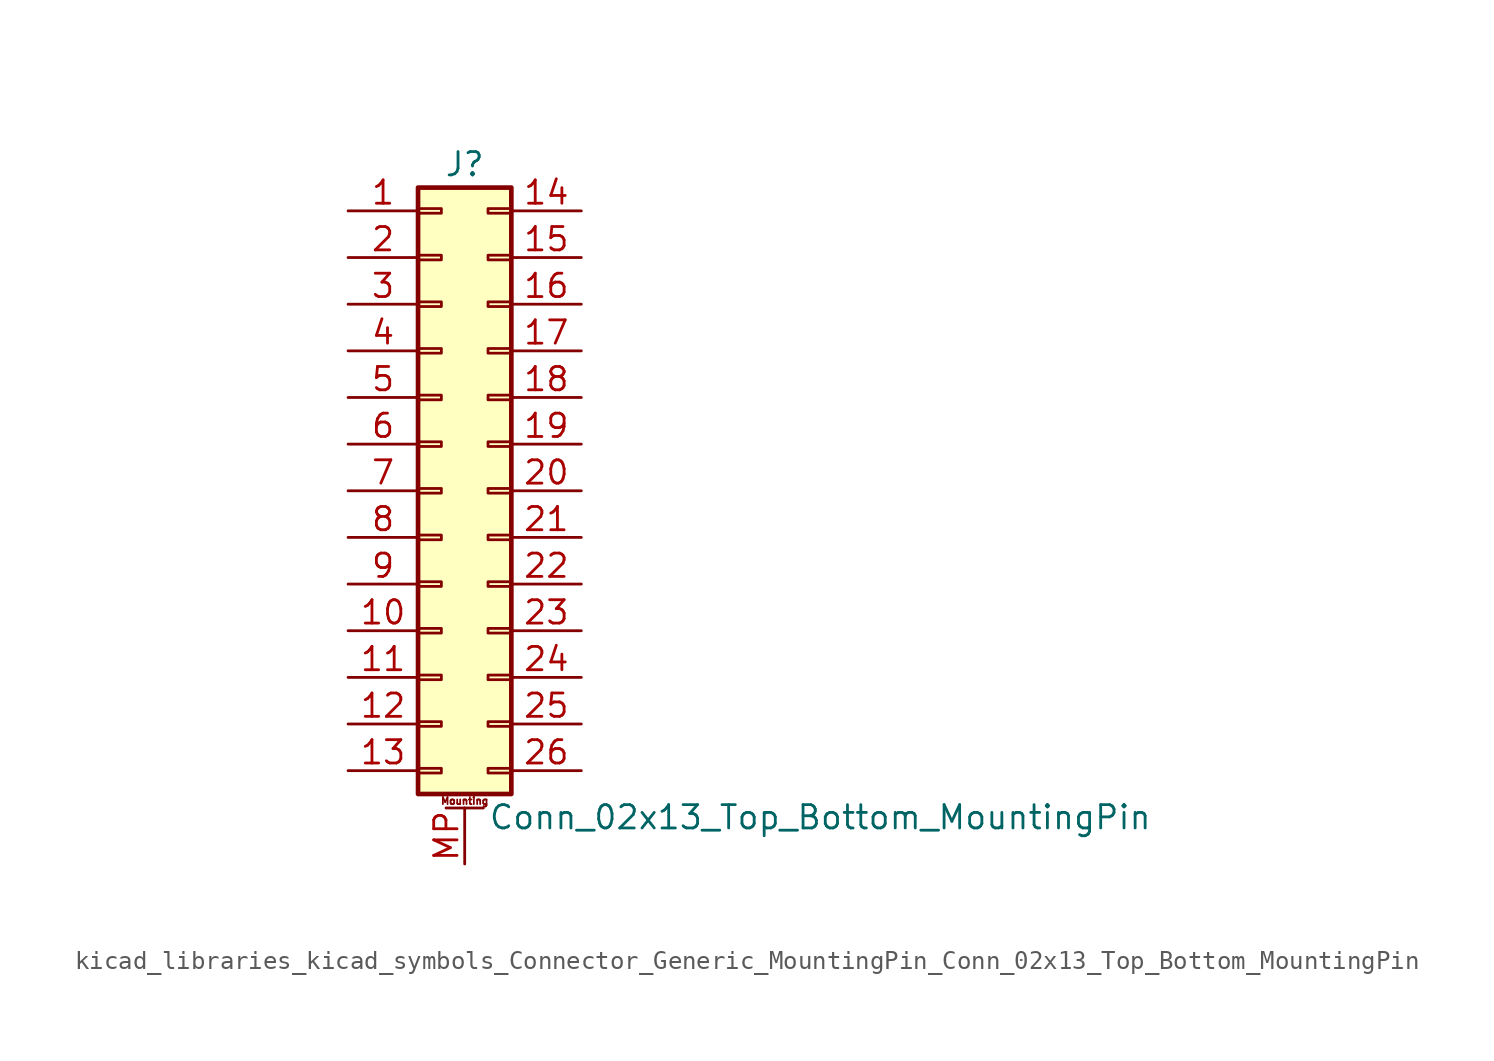
<source format=kicad_sym>
(kicad_symbol_lib
  (version 20220914)
  (generator kicad_symbol_editor)
  (symbol "kicad_libraries_kicad_symbols_Connector_Generic_MountingPin_Conn_02x13_Top_Bottom_MountingPin"
    (pin_names
      (offset 1.016) hide)
    (property "Reference" "J"
      (at 1.27 17.78 0)
      (effects (font (size 1.27 1.27))))
    (property "Value" "Conn_02x13_Top_Bottom_MountingPin"
      (at 2.54 -17.78 0)
      (effects (font (size 1.27 1.27)) (justify left)))
    (symbol "kicad_libraries_kicad_symbols_Connector_Generic_MountingPin_Conn_02x13_Top_Bottom_MountingPin_1_1"
      (rectangle (start -1.27 -15.113) (end 0 -15.367) (stroke (width 0.152) (type default)) (fill (type none)))
      (rectangle (start -1.27 -12.573) (end 0 -12.827) (stroke (width 0.152) (type default)) (fill (type none)))
      (rectangle (start -1.27 -10.033) (end 0 -10.287) (stroke (width 0.152) (type default)) (fill (type none)))
      (rectangle (start -1.27 -7.493) (end 0 -7.747) (stroke (width 0.152) (type default)) (fill (type none)))
      (rectangle (start -1.27 -4.953) (end 0 -5.207) (stroke (width 0.152) (type default)) (fill (type none)))
      (rectangle (start -1.27 -2.413) (end 0 -2.667) (stroke (width 0.152) (type default)) (fill (type none)))
      (rectangle (start -1.27 0.127) (end 0 -0.127) (stroke (width 0.152) (type default)) (fill (type none)))
      (rectangle (start -1.27 2.667) (end 0 2.413) (stroke (width 0.152) (type default)) (fill (type none)))
      (rectangle (start -1.27 5.207) (end 0 4.953) (stroke (width 0.152) (type default)) (fill (type none)))
      (rectangle (start -1.27 7.747) (end 0 7.493) (stroke (width 0.152) (type default)) (fill (type none)))
      (rectangle (start -1.27 10.287) (end 0 10.033) (stroke (width 0.152) (type default)) (fill (type none)))
      (rectangle (start -1.27 12.827) (end 0 12.573) (stroke (width 0.152) (type default)) (fill (type none)))
      (rectangle (start -1.27 15.367) (end 0 15.113) (stroke (width 0.152) (type default)) (fill (type none)))
      (rectangle (start -1.27 16.51) (end 3.81 -16.51) (stroke (width 0.254) (type default)) (fill (type background)))
      (polyline (pts (xy 0.254 -17.272) (xy 2.286 -17.272)) (stroke (width 0.152) (type default)) (fill (type none)))
      (rectangle (start 3.81 -15.113) (end 2.54 -15.367) (stroke (width 0.152) (type default)) (fill (type none)))
      (rectangle (start 3.81 -12.573) (end 2.54 -12.827) (stroke (width 0.152) (type default)) (fill (type none)))
      (rectangle (start 3.81 -10.033) (end 2.54 -10.287) (stroke (width 0.152) (type default)) (fill (type none)))
      (rectangle (start 3.81 -7.493) (end 2.54 -7.747) (stroke (width 0.152) (type default)) (fill (type none)))
      (rectangle (start 3.81 -4.953) (end 2.54 -5.207) (stroke (width 0.152) (type default)) (fill (type none)))
      (rectangle (start 3.81 -2.413) (end 2.54 -2.667) (stroke (width 0.152) (type default)) (fill (type none)))
      (rectangle (start 3.81 0.127) (end 2.54 -0.127) (stroke (width 0.152) (type default)) (fill (type none)))
      (rectangle (start 3.81 2.667) (end 2.54 2.413) (stroke (width 0.152) (type default)) (fill (type none)))
      (rectangle (start 3.81 5.207) (end 2.54 4.953) (stroke (width 0.152) (type default)) (fill (type none)))
      (rectangle (start 3.81 7.747) (end 2.54 7.493) (stroke (width 0.152) (type default)) (fill (type none)))
      (rectangle (start 3.81 10.287) (end 2.54 10.033) (stroke (width 0.152) (type default)) (fill (type none)))
      (rectangle (start 3.81 12.827) (end 2.54 12.573) (stroke (width 0.152) (type default)) (fill (type none)))
      (rectangle (start 3.81 15.367) (end 2.54 15.113) (stroke (width 0.152) (type default)) (fill (type none)))
      (text "Mounting" (at 1.27 -16.891 0) (effects (font (size 0.381 0.381))))
      (pin passive line (at -5.08 15.24 0) (length 3.81) (name "Pin_1" (effects (font (size 1.27 1.27)))) (number "1" (effects (font (size 1.27 1.27)))))
      (pin passive line (at -5.08 -7.62 0) (length 3.81) (name "Pin_10" (effects (font (size 1.27 1.27)))) (number "10" (effects (font (size 1.27 1.27)))))
      (pin passive line (at -5.08 -10.16 0) (length 3.81) (name "Pin_11" (effects (font (size 1.27 1.27)))) (number "11" (effects (font (size 1.27 1.27)))))
      (pin passive line (at -5.08 -12.7 0) (length 3.81) (name "Pin_12" (effects (font (size 1.27 1.27)))) (number "12" (effects (font (size 1.27 1.27)))))
      (pin passive line (at -5.08 -15.24 0) (length 3.81) (name "Pin_13" (effects (font (size 1.27 1.27)))) (number "13" (effects (font (size 1.27 1.27)))))
      (pin passive line (at 7.62 15.24 180) (length 3.81) (name "Pin_14" (effects (font (size 1.27 1.27)))) (number "14" (effects (font (size 1.27 1.27)))))
      (pin passive line (at 7.62 12.7 180) (length 3.81) (name "Pin_15" (effects (font (size 1.27 1.27)))) (number "15" (effects (font (size 1.27 1.27)))))
      (pin passive line (at 7.62 10.16 180) (length 3.81) (name "Pin_16" (effects (font (size 1.27 1.27)))) (number "16" (effects (font (size 1.27 1.27)))))
      (pin passive line (at 7.62 7.62 180) (length 3.81) (name "Pin_17" (effects (font (size 1.27 1.27)))) (number "17" (effects (font (size 1.27 1.27)))))
      (pin passive line (at 7.62 5.08 180) (length 3.81) (name "Pin_18" (effects (font (size 1.27 1.27)))) (number "18" (effects (font (size 1.27 1.27)))))
      (pin passive line (at 7.62 2.54 180) (length 3.81) (name "Pin_19" (effects (font (size 1.27 1.27)))) (number "19" (effects (font (size 1.27 1.27)))))
      (pin passive line (at -5.08 12.7 0) (length 3.81) (name "Pin_2" (effects (font (size 1.27 1.27)))) (number "2" (effects (font (size 1.27 1.27)))))
      (pin passive line (at 7.62 0 180) (length 3.81) (name "Pin_20" (effects (font (size 1.27 1.27)))) (number "20" (effects (font (size 1.27 1.27)))))
      (pin passive line (at 7.62 -2.54 180) (length 3.81) (name "Pin_21" (effects (font (size 1.27 1.27)))) (number "21" (effects (font (size 1.27 1.27)))))
      (pin passive line (at 7.62 -5.08 180) (length 3.81) (name "Pin_22" (effects (font (size 1.27 1.27)))) (number "22" (effects (font (size 1.27 1.27)))))
      (pin passive line (at 7.62 -7.62 180) (length 3.81) (name "Pin_23" (effects (font (size 1.27 1.27)))) (number "23" (effects (font (size 1.27 1.27)))))
      (pin passive line (at 7.62 -10.16 180) (length 3.81) (name "Pin_24" (effects (font (size 1.27 1.27)))) (number "24" (effects (font (size 1.27 1.27)))))
      (pin passive line (at 7.62 -12.7 180) (length 3.81) (name "Pin_25" (effects (font (size 1.27 1.27)))) (number "25" (effects (font (size 1.27 1.27)))))
      (pin passive line (at 7.62 -15.24 180) (length 3.81) (name "Pin_26" (effects (font (size 1.27 1.27)))) (number "26" (effects (font (size 1.27 1.27)))))
      (pin passive line (at -5.08 10.16 0) (length 3.81) (name "Pin_3" (effects (font (size 1.27 1.27)))) (number "3" (effects (font (size 1.27 1.27)))))
      (pin passive line (at -5.08 7.62 0) (length 3.81) (name "Pin_4" (effects (font (size 1.27 1.27)))) (number "4" (effects (font (size 1.27 1.27)))))
      (pin passive line (at -5.08 5.08 0) (length 3.81) (name "Pin_5" (effects (font (size 1.27 1.27)))) (number "5" (effects (font (size 1.27 1.27)))))
      (pin passive line (at -5.08 2.54 0) (length 3.81) (name "Pin_6" (effects (font (size 1.27 1.27)))) (number "6" (effects (font (size 1.27 1.27)))))
      (pin passive line (at -5.08 0 0) (length 3.81) (name "Pin_7" (effects (font (size 1.27 1.27)))) (number "7" (effects (font (size 1.27 1.27)))))
      (pin passive line (at -5.08 -2.54 0) (length 3.81) (name "Pin_8" (effects (font (size 1.27 1.27)))) (number "8" (effects (font (size 1.27 1.27)))))
      (pin passive line (at -5.08 -5.08 0) (length 3.81) (name "Pin_9" (effects (font (size 1.27 1.27)))) (number "9" (effects (font (size 1.27 1.27)))))
      (pin passive line (at 1.27 -20.32 90) (length 3.048) (name "MountPin" (effects (font (size 1.27 1.27)))) (number "MP" (effects (font (size 1.27 1.27))))))))
</source>
